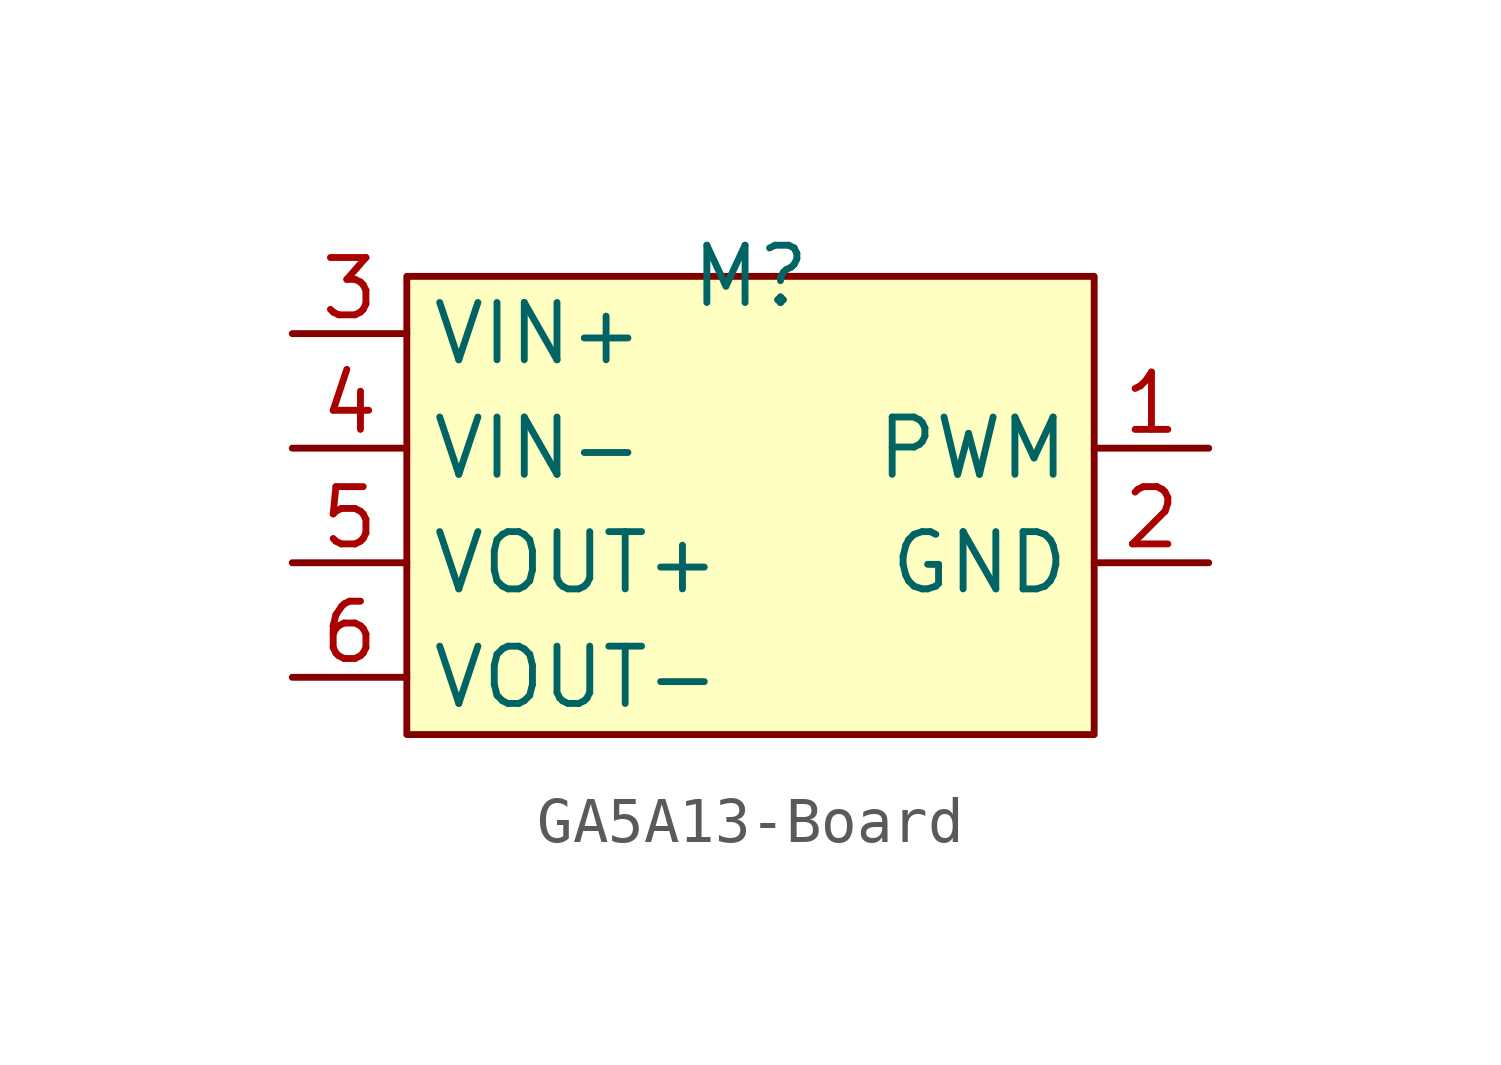
<source format=kicad_sym>
(kicad_symbol_lib
  (version 20220914)
  (generator kicad_symbol_editor)
  (symbol "GA5A13-Board"
    (property "Reference" "M"
      (at 0 5.08 0)
      (effects (font (size 1.27 1.27))))
    (property "Value" ""
      (at 0 0 0)
      (effects (font (size 1.27 1.27))))
    (symbol "GA5A13-Board_0_1"
      (rectangle (start -7.62 5.08) (end 7.62 -5.08) (stroke (width 0) (type default)) (fill (type background))))
    (symbol "GA5A13-Board_1_1"
      (pin input line (at 10.16 1.27 180) (length 2.54) (name "PWM" (effects (font (size 1.27 1.27)))) (number "1" (effects (font (size 1.27 1.27)))))
      (pin input line (at 10.16 -1.27 180) (length 2.54) (name "GND" (effects (font (size 1.27 1.27)))) (number "2" (effects (font (size 1.27 1.27)))))
      (pin input line (at -10.16 3.81 0) (length 2.54) (name "VIN+" (effects (font (size 1.27 1.27)))) (number "3" (effects (font (size 1.27 1.27)))))
      (pin input line (at -10.16 1.27 0) (length 2.54) (name "VIN-" (effects (font (size 1.27 1.27)))) (number "4" (effects (font (size 1.27 1.27)))))
      (pin input line (at -10.16 -1.27 0) (length 2.54) (name "VOUT+" (effects (font (size 1.27 1.27)))) (number "5" (effects (font (size 1.27 1.27)))))
      (pin input line (at -10.16 -3.81 0) (length 2.54) (name "VOUT-" (effects (font (size 1.27 1.27)))) (number "6" (effects (font (size 1.27 1.27))))))))
</source>
